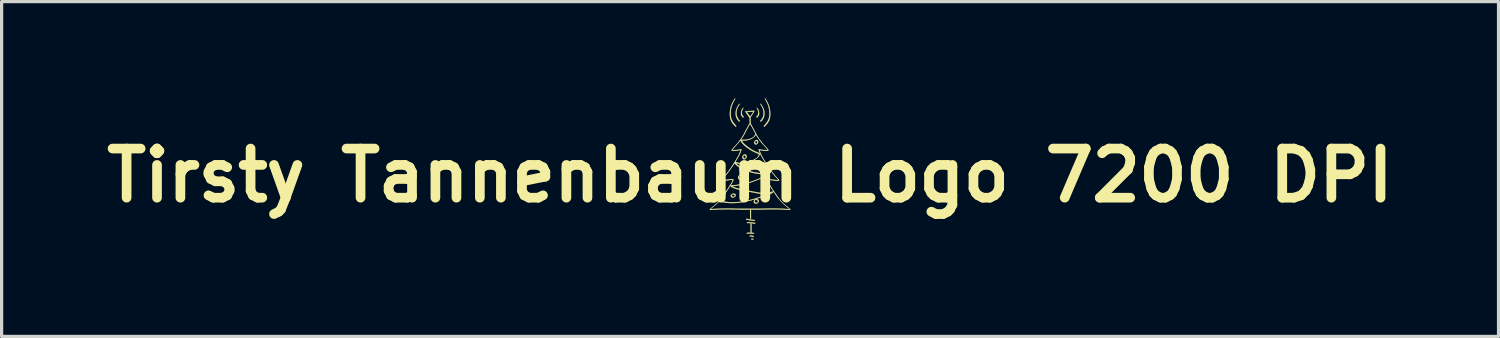
<source format=kicad_pcb>
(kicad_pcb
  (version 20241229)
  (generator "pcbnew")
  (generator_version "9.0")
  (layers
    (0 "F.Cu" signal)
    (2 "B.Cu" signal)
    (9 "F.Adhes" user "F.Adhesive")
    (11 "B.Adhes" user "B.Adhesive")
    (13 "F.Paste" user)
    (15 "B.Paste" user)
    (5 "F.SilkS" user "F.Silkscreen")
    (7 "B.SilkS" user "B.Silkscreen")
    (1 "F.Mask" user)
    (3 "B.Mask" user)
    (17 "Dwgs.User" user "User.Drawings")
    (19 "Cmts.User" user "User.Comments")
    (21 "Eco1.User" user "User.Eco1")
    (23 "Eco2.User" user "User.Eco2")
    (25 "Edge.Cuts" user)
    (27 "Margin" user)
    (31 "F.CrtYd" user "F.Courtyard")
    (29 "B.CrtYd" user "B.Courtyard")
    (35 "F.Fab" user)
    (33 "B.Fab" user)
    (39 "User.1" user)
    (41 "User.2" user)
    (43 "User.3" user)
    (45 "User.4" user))
  (footprint "Tirsty Tannenbaum Logo 7200 DPI"
    (layer "F.Cu")
    (at 20.218 2.393)
    (property "Reference" "Tirsty Tannenbaum Logo 7200 DPI" (at 0 0 0) (layer "F.SilkS") (effects (font (size 1.524 1.524) (thickness 0.3))))
    (attr through_hole)
    (fp_poly (pts (xy 0.069 1.961) (xy 0.077 1.963) (xy 0.09 1.966) (xy 0.1 1.968) (xy 0.105 1.97) (xy 0.105 1.97) (xy 0.105 1.974) (xy 0.1 1.979) (xy 0.092 1.984) (xy 0.085 1.988) (xy 0.079 1.989) (xy 0.072 1.988) (xy 0.061 1.986) (xy 0.055 1.985) (xy 0.043 1.981) (xy 0.037 1.977) (xy 0.038 1.972) (xy 0.043 1.966) (xy 0.048 1.962) (xy 0.052 1.96) (xy 0.059 1.96) (xy 0.069 1.961)) (stroke (width 0.01) (type solid)) (fill yes) (layer "F.SilkS"))
    (fp_poly (pts (xy 0.027 1.862) (xy 0.027 1.862) (xy 0.029 1.865) (xy 0.037 1.867) (xy 0.052 1.87) (xy 0.071 1.873) (xy 0.088 1.875) (xy 0.104 1.878) (xy 0.113 1.882) (xy 0.116 1.887) (xy 0.113 1.895) (xy 0.108 1.9) (xy 0.099 1.907) (xy 0.093 1.908) (xy 0.091 1.905) (xy 0.087 1.902) (xy 0.077 1.9) (xy 0.062 1.897) (xy 0.044 1.894) (xy 0.023 1.891) (xy 0.005 1.889) (xy -0.008 1.887) (xy -0.014 1.884) (xy -0.014 1.88) (xy -0.008 1.873) (xy -0.004 1.871) (xy 0.003 1.867) (xy 0.012 1.863) (xy 0.02 1.861) (xy 0.025 1.86) (xy 0.027 1.862)) (stroke (width 0.01) (type solid)) (fill yes) (layer "F.SilkS"))
    (fp_poly (pts (xy 0.04 1.505) (xy 0.04 1.509) (xy 0.041 1.52) (xy 0.041 1.536) (xy 0.042 1.556) (xy 0.042 1.58) (xy 0.042 1.608) (xy 0.043 1.638) (xy 0.043 1.645) (xy 0.044 1.781) (xy 0.078 1.782) (xy 0.093 1.782) (xy 0.107 1.783) (xy 0.117 1.784) (xy 0.12 1.785) (xy 0.128 1.787) (xy 0.118 1.797) (xy 0.106 1.804) (xy 0.097 1.806) (xy 0.09 1.805) (xy 0.078 1.805) (xy 0.061 1.804) (xy 0.041 1.803) (xy 0.019 1.802) (xy -0.004 1.802) (xy -0.028 1.801) (xy -0.049 1.801) (xy -0.067 1.801) (xy -0.078 1.802) (xy -0.108 1.803) (xy -0.094 1.79) (xy -0.08 1.777) (xy 0.019 1.78) (xy 0.018 1.649) (xy 0.017 1.518) (xy 0.027 1.51) (xy 0.035 1.506) (xy 0.039 1.505) (xy 0.04 1.505)) (stroke (width 0.01) (type solid)) (fill yes) (layer "F.SilkS"))
    (fp_poly (pts (xy -0.089 1.344) (xy -0.09 1.346) (xy -0.089 1.35) (xy -0.083 1.351) (xy -0.079 1.351) (xy -0.071 1.352) (xy -0.057 1.354) (xy -0.041 1.357) (xy -0.027 1.36) (xy 0.000246 1.365) (xy 0.026 1.37) (xy 0.053 1.374) (xy 0.083 1.378) (xy 0.102 1.38) (xy 0.122 1.382) (xy 0.136 1.383) (xy 0.145 1.385) (xy 0.149 1.387) (xy 0.149 1.39) (xy 0.146 1.394) (xy 0.143 1.397) (xy 0.135 1.404) (xy 0.13 1.407) (xy 0.129 1.407) (xy 0.124 1.407) (xy 0.114 1.405) (xy 0.099 1.404) (xy 0.081 1.402) (xy 0.07 1.4) (xy 0.045 1.397) (xy 0.025 1.395) (xy 0.007 1.392) (xy -0.011 1.389) (xy -0.031 1.385) (xy -0.055 1.38) (xy -0.056 1.38) (xy -0.073 1.376) (xy -0.089 1.374) (xy -0.103 1.373) (xy -0.107 1.372) (xy -0.119 1.371) (xy -0.125 1.368) (xy -0.124 1.362) (xy -0.117 1.355) (xy -0.117 1.354) (xy -0.108 1.348) (xy -0.099 1.344) (xy -0.092 1.342) (xy -0.089 1.344)) (stroke (width 0.01) (type solid)) (fill yes) (layer "F.SilkS"))
    (fp_poly (pts (xy -0.318 -2.224) (xy -0.319 -2.221) (xy -0.324 -2.213) (xy -0.331 -2.202) (xy -0.337 -2.193) (xy -0.362 -2.153) (xy -0.381 -2.115) (xy -0.397 -2.079) (xy -0.408 -2.043) (xy -0.416 -2.006) (xy -0.42 -1.974) (xy -0.421 -1.924) (xy -0.417 -1.877) (xy -0.406 -1.833) (xy -0.388 -1.79) (xy -0.364 -1.749) (xy -0.335 -1.713) (xy -0.327 -1.703) (xy -0.321 -1.695) (xy -0.318 -1.691) (xy -0.318 -1.69) (xy -0.32 -1.686) (xy -0.326 -1.68) (xy -0.333 -1.674) (xy -0.338 -1.672) (xy -0.341 -1.675) (xy -0.348 -1.682) (xy -0.357 -1.692) (xy -0.366 -1.702) (xy -0.391 -1.736) (xy -0.411 -1.768) (xy -0.426 -1.801) (xy -0.436 -1.835) (xy -0.443 -1.872) (xy -0.444 -1.888) (xy -0.445 -1.941) (xy -0.44 -1.993) (xy -0.427 -2.044) (xy -0.407 -2.095) (xy -0.404 -2.101) (xy -0.393 -2.123) (xy -0.381 -2.145) (xy -0.368 -2.167) (xy -0.355 -2.186) (xy -0.344 -2.202) (xy -0.334 -2.213) (xy -0.328 -2.218) (xy -0.322 -2.223) (xy -0.318 -2.225) (xy -0.318 -2.224)) (stroke (width 0.01) (type solid)) (fill yes) (layer "F.SilkS"))
    (fp_poly (pts (xy 0.398 -0.276) (xy 0.411 -0.27) (xy 0.427 -0.257) (xy 0.437 -0.241) (xy 0.442 -0.223) (xy 0.441 -0.205) (xy 0.434 -0.189) (xy 0.425 -0.178) (xy 0.412 -0.165) (xy 0.397 -0.154) (xy 0.386 -0.147) (xy 0.371 -0.142) (xy 0.353 -0.139) (xy 0.337 -0.141) (xy 0.337 -0.141) (xy 0.316 -0.149) (xy 0.3 -0.161) (xy 0.288 -0.177) (xy 0.283 -0.196) (xy 0.284 -0.214) (xy 0.288 -0.225) (xy 0.29 -0.227) (xy 0.308 -0.227) (xy 0.308 -0.211) (xy 0.314 -0.195) (xy 0.315 -0.193) (xy 0.327 -0.179) (xy 0.343 -0.169) (xy 0.362 -0.163) (xy 0.382 -0.163) (xy 0.398 -0.166) (xy 0.408 -0.173) (xy 0.414 -0.185) (xy 0.416 -0.201) (xy 0.413 -0.22) (xy 0.404 -0.235) (xy 0.391 -0.247) (xy 0.373 -0.255) (xy 0.352 -0.258) (xy 0.333 -0.256) (xy 0.321 -0.25) (xy 0.312 -0.24) (xy 0.308 -0.227) (xy 0.29 -0.227) (xy 0.298 -0.238) (xy 0.31 -0.252) (xy 0.325 -0.264) (xy 0.335 -0.271) (xy 0.355 -0.279) (xy 0.377 -0.281) (xy 0.398 -0.276)) (stroke (width 0.01) (type solid)) (fill yes) (layer "F.SilkS"))
    (fp_poly (pts (xy -0.147 -0.653) (xy -0.132 -0.644) (xy -0.125 -0.637) (xy -0.112 -0.62) (xy -0.105 -0.6) (xy -0.105 -0.579) (xy -0.11 -0.559) (xy -0.121 -0.539) (xy -0.138 -0.521) (xy -0.139 -0.521) (xy -0.157 -0.508) (xy -0.174 -0.502) (xy -0.19 -0.502) (xy -0.205 -0.507) (xy -0.219 -0.519) (xy -0.23 -0.535) (xy -0.237 -0.554) (xy -0.239 -0.574) (xy -0.238 -0.58) (xy -0.238 -0.581) (xy -0.214 -0.581) (xy -0.209 -0.562) (xy -0.2 -0.545) (xy -0.187 -0.532) (xy -0.178 -0.527) (xy -0.164 -0.523) (xy -0.153 -0.524) (xy -0.142 -0.531) (xy -0.137 -0.536) (xy -0.134 -0.542) (xy -0.132 -0.551) (xy -0.131 -0.563) (xy -0.131 -0.579) (xy -0.132 -0.59) (xy -0.136 -0.6) (xy -0.137 -0.603) (xy -0.149 -0.618) (xy -0.164 -0.628) (xy -0.181 -0.631) (xy -0.182 -0.631) (xy -0.194 -0.63) (xy -0.202 -0.624) (xy -0.208 -0.614) (xy -0.212 -0.601) (xy -0.214 -0.581) (xy -0.238 -0.581) (xy -0.231 -0.601) (xy -0.219 -0.621) (xy -0.201 -0.638) (xy -0.179 -0.651) (xy -0.163 -0.655) (xy -0.147 -0.653)) (stroke (width 0.01) (type solid)) (fill yes) (layer "F.SilkS"))
    (fp_poly (pts (xy 0.225 0.737) (xy 0.243 0.745) (xy 0.258 0.758) (xy 0.267 0.775) (xy 0.271 0.79) (xy 0.27 0.805) (xy 0.266 0.819) (xy 0.256 0.833) (xy 0.246 0.844) (xy 0.227 0.859) (xy 0.207 0.869) (xy 0.188 0.874) (xy 0.17 0.873) (xy 0.166 0.872) (xy 0.144 0.862) (xy 0.129 0.849) (xy 0.119 0.833) (xy 0.116 0.814) (xy 0.118 0.8) (xy 0.121 0.79) (xy 0.141 0.79) (xy 0.142 0.8) (xy 0.147 0.819) (xy 0.157 0.833) (xy 0.172 0.844) (xy 0.192 0.849) (xy 0.205 0.85) (xy 0.219 0.849) (xy 0.228 0.847) (xy 0.235 0.842) (xy 0.242 0.833) (xy 0.246 0.82) (xy 0.246 0.818) (xy 0.245 0.799) (xy 0.237 0.783) (xy 0.223 0.769) (xy 0.214 0.764) (xy 0.194 0.757) (xy 0.176 0.756) (xy 0.161 0.76) (xy 0.15 0.767) (xy 0.144 0.776) (xy 0.141 0.79) (xy 0.121 0.79) (xy 0.122 0.788) (xy 0.13 0.776) (xy 0.143 0.762) (xy 0.144 0.761) (xy 0.161 0.747) (xy 0.177 0.738) (xy 0.193 0.734) (xy 0.204 0.734) (xy 0.225 0.737)) (stroke (width 0.01) (type solid)) (fill yes) (layer "F.SilkS"))
    (fp_poly (pts (xy -0.25 -0.019) (xy -0.231 -0.011) (xy -0.216 0.001) (xy -0.214 0.004) (xy -0.203 0.024) (xy -0.199 0.043) (xy -0.202 0.062) (xy -0.213 0.081) (xy -0.223 0.094) (xy -0.244 0.112) (xy -0.266 0.124) (xy -0.288 0.13) (xy -0.311 0.13) (xy -0.328 0.125) (xy -0.347 0.113) (xy -0.361 0.098) (xy -0.369 0.08) (xy -0.372 0.06) (xy -0.37 0.047) (xy -0.347 0.047) (xy -0.343 0.066) (xy -0.334 0.082) (xy -0.32 0.095) (xy -0.302 0.104) (xy -0.282 0.108) (xy -0.27 0.108) (xy -0.254 0.105) (xy -0.242 0.101) (xy -0.24 0.1) (xy -0.231 0.089) (xy -0.226 0.074) (xy -0.225 0.058) (xy -0.226 0.048) (xy -0.234 0.031) (xy -0.247 0.017) (xy -0.264 0.006) (xy -0.278 0.000449) (xy -0.3 -0.002) (xy -0.319 0.001) (xy -0.333 0.009) (xy -0.342 0.023) (xy -0.346 0.04) (xy -0.347 0.047) (xy -0.37 0.047) (xy -0.37 0.045) (xy -0.365 0.034) (xy -0.355 0.02) (xy -0.342 0.007) (xy -0.328 -0.005) (xy -0.315 -0.015) (xy -0.312 -0.016) (xy -0.293 -0.022) (xy -0.271 -0.023) (xy -0.25 -0.019)) (stroke (width 0.01) (type solid)) (fill yes) (layer "F.SilkS"))
    (fp_poly (pts (xy 0.322 -2.224) (xy 0.329 -2.218) (xy 0.338 -2.208) (xy 0.349 -2.194) (xy 0.36 -2.177) (xy 0.372 -2.158) (xy 0.384 -2.138) (xy 0.396 -2.118) (xy 0.406 -2.099) (xy 0.406 -2.098) (xy 0.42 -2.066) (xy 0.43 -2.037) (xy 0.437 -2.007) (xy 0.441 -1.975) (xy 0.444 -1.941) (xy 0.444 -1.897) (xy 0.44 -1.858) (xy 0.432 -1.822) (xy 0.42 -1.788) (xy 0.403 -1.755) (xy 0.381 -1.721) (xy 0.365 -1.701) (xy 0.355 -1.689) (xy 0.346 -1.68) (xy 0.34 -1.674) (xy 0.337 -1.672) (xy 0.332 -1.674) (xy 0.325 -1.679) (xy 0.319 -1.688) (xy 0.319 -1.695) (xy 0.323 -1.701) (xy 0.331 -1.708) (xy 0.341 -1.72) (xy 0.352 -1.734) (xy 0.363 -1.75) (xy 0.374 -1.765) (xy 0.382 -1.778) (xy 0.383 -1.78) (xy 0.399 -1.813) (xy 0.41 -1.848) (xy 0.417 -1.886) (xy 0.42 -1.928) (xy 0.42 -1.937) (xy 0.418 -1.984) (xy 0.411 -2.029) (xy 0.398 -2.074) (xy 0.38 -2.118) (xy 0.355 -2.163) (xy 0.336 -2.194) (xy 0.328 -2.206) (xy 0.322 -2.216) (xy 0.319 -2.223) (xy 0.318 -2.224) (xy 0.322 -2.224)) (stroke (width 0.01) (type solid)) (fill yes) (layer "F.SilkS"))
    (fp_poly (pts (xy -0.498 0.565) (xy -0.483 0.568) (xy -0.479 0.569) (xy -0.469 0.575) (xy -0.459 0.583) (xy -0.456 0.587) (xy -0.448 0.597) (xy -0.445 0.607) (xy -0.445 0.616) (xy -0.445 0.625) (xy -0.448 0.633) (xy -0.453 0.641) (xy -0.461 0.649) (xy -0.482 0.667) (xy -0.504 0.679) (xy -0.528 0.684) (xy -0.552 0.682) (xy -0.561 0.68) (xy -0.576 0.672) (xy -0.588 0.66) (xy -0.596 0.646) (xy -0.599 0.63) (xy -0.596 0.617) (xy -0.59 0.608) (xy -0.59 0.607) (xy -0.573 0.607) (xy -0.573 0.623) (xy -0.567 0.637) (xy -0.556 0.649) (xy -0.541 0.657) (xy -0.523 0.662) (xy -0.504 0.662) (xy -0.49 0.66) (xy -0.478 0.654) (xy -0.471 0.645) (xy -0.469 0.632) (xy -0.469 0.63) (xy -0.472 0.616) (xy -0.481 0.604) (xy -0.494 0.595) (xy -0.511 0.588) (xy -0.529 0.586) (xy -0.547 0.587) (xy -0.559 0.591) (xy -0.568 0.596) (xy -0.573 0.604) (xy -0.573 0.607) (xy -0.59 0.607) (xy -0.58 0.597) (xy -0.567 0.585) (xy -0.555 0.575) (xy -0.546 0.57) (xy -0.532 0.566) (xy -0.516 0.565) (xy -0.498 0.565)) (stroke (width 0.01) (type solid)) (fill yes) (layer "F.SilkS"))
    (fp_poly (pts (xy 0.215 -1.097) (xy 0.23 -1.089) (xy 0.241 -1.075) (xy 0.242 -1.074) (xy 0.248 -1.059) (xy 0.25 -1.042) (xy 0.25 -1.024) (xy 0.246 -1.01) (xy 0.245 -1.01) (xy 0.237 -0.998) (xy 0.226 -0.986) (xy 0.212 -0.974) (xy 0.2 -0.966) (xy 0.197 -0.965) (xy 0.188 -0.961) (xy 0.181 -0.96) (xy 0.175 -0.961) (xy 0.165 -0.966) (xy 0.164 -0.966) (xy 0.149 -0.977) (xy 0.138 -0.991) (xy 0.133 -1.009) (xy 0.132 -1.027) (xy 0.134 -1.037) (xy 0.156 -1.037) (xy 0.16 -1.02) (xy 0.167 -1.004) (xy 0.178 -0.993) (xy 0.191 -0.986) (xy 0.2 -0.984) (xy 0.212 -0.986) (xy 0.219 -0.99) (xy 0.222 -0.996) (xy 0.224 -1.007) (xy 0.225 -1.017) (xy 0.224 -1.038) (xy 0.218 -1.055) (xy 0.207 -1.068) (xy 0.194 -1.075) (xy 0.182 -1.077) (xy 0.172 -1.076) (xy 0.166 -1.073) (xy 0.162 -1.067) (xy 0.159 -1.055) (xy 0.158 -1.054) (xy 0.156 -1.037) (xy 0.134 -1.037) (xy 0.136 -1.046) (xy 0.146 -1.064) (xy 0.149 -1.068) (xy 0.161 -1.079) (xy 0.174 -1.089) (xy 0.187 -1.096) (xy 0.197 -1.1) (xy 0.2 -1.101) (xy 0.215 -1.097)) (stroke (width 0.01) (type solid)) (fill yes) (layer "F.SilkS"))
    (fp_poly (pts (xy -0.045 1.451) (xy -0.025 1.453) (xy -0.001 1.454) (xy 0.025 1.457) (xy 0.052 1.459) (xy 0.078 1.462) (xy 0.103 1.465) (xy 0.125 1.468) (xy 0.143 1.471) (xy 0.156 1.474) (xy 0.156 1.474) (xy 0.166 1.476) (xy 0.155 1.487) (xy 0.145 1.497) (xy 0.112 1.491) (xy 0.09 1.487) (xy 0.074 1.485) (xy 0.062 1.483) (xy 0.054 1.483) (xy 0.049 1.483) (xy 0.045 1.485) (xy 0.041 1.488) (xy 0.039 1.489) (xy 0.034 1.494) (xy 0.032 1.495) (xy 0.036 1.491) (xy 0.037 1.49) (xy 0.04 1.484) (xy 0.04 1.482) (xy 0.04 1.482) (xy 0.034 1.484) (xy 0.034 1.485) (xy 0.029 1.489) (xy 0.024 1.493) (xy 0.018 1.495) (xy 0.018 1.494) (xy 0.022 1.49) (xy 0.026 1.484) (xy 0.026 1.482) (xy 0.023 1.48) (xy 0.018 1.48) (xy 0.007 1.479) (xy -0.009 1.477) (xy -0.028 1.477) (xy -0.042 1.476) (xy -0.065 1.475) (xy -0.081 1.474) (xy -0.092 1.473) (xy -0.098 1.471) (xy -0.1 1.47) (xy -0.1 1.469) (xy -0.095 1.463) (xy -0.085 1.457) (xy -0.075 1.452) (xy -0.071 1.451) (xy -0.061 1.451) (xy -0.045 1.451)) (stroke (width 0.01) (type solid)) (fill yes) (layer "F.SilkS"))
    (fp_poly (pts (xy 0.204 -2.1) (xy 0.211 -2.095) (xy 0.22 -2.088) (xy 0.231 -2.077) (xy 0.24 -2.066) (xy 0.248 -2.052) (xy 0.256 -2.034) (xy 0.265 -2.012) (xy 0.267 -2.006) (xy 0.273 -1.987) (xy 0.277 -1.973) (xy 0.279 -1.961) (xy 0.28 -1.947) (xy 0.28 -1.931) (xy 0.28 -1.906) (xy 0.277 -1.886) (xy 0.271 -1.868) (xy 0.262 -1.852) (xy 0.249 -1.836) (xy 0.245 -1.831) (xy 0.235 -1.819) (xy 0.228 -1.81) (xy 0.223 -1.803) (xy 0.222 -1.8) (xy 0.221 -1.796) (xy 0.216 -1.798) (xy 0.207 -1.805) (xy 0.207 -1.806) (xy 0.201 -1.813) (xy 0.198 -1.818) (xy 0.198 -1.819) (xy 0.2 -1.823) (xy 0.206 -1.831) (xy 0.214 -1.842) (xy 0.22 -1.848) (xy 0.234 -1.865) (xy 0.244 -1.881) (xy 0.251 -1.897) (xy 0.254 -1.915) (xy 0.256 -1.938) (xy 0.256 -1.947) (xy 0.255 -1.964) (xy 0.254 -1.978) (xy 0.252 -1.99) (xy 0.249 -2.004) (xy 0.243 -2.021) (xy 0.242 -2.023) (xy 0.235 -2.042) (xy 0.23 -2.056) (xy 0.226 -2.066) (xy 0.222 -2.074) (xy 0.218 -2.08) (xy 0.213 -2.085) (xy 0.211 -2.088) (xy 0.203 -2.096) (xy 0.202 -2.1) (xy 0.204 -2.1)) (stroke (width 0.01) (type solid)) (fill yes) (layer "F.SilkS"))
    (fp_poly (pts (xy 0.489 0.34) (xy 0.504 0.344) (xy 0.522 0.355) (xy 0.535 0.368) (xy 0.544 0.384) (xy 0.547 0.401) (xy 0.544 0.418) (xy 0.542 0.423) (xy 0.535 0.433) (xy 0.523 0.445) (xy 0.51 0.457) (xy 0.496 0.467) (xy 0.486 0.473) (xy 0.47 0.477) (xy 0.451 0.479) (xy 0.432 0.479) (xy 0.416 0.475) (xy 0.413 0.474) (xy 0.394 0.463) (xy 0.381 0.449) (xy 0.373 0.432) (xy 0.37 0.413) (xy 0.373 0.399) (xy 0.395 0.399) (xy 0.398 0.417) (xy 0.407 0.433) (xy 0.421 0.445) (xy 0.439 0.454) (xy 0.459 0.458) (xy 0.481 0.458) (xy 0.494 0.455) (xy 0.508 0.449) (xy 0.517 0.439) (xy 0.521 0.423) (xy 0.521 0.421) (xy 0.521 0.408) (xy 0.518 0.398) (xy 0.514 0.392) (xy 0.503 0.38) (xy 0.488 0.37) (xy 0.47 0.363) (xy 0.453 0.36) (xy 0.452 0.36) (xy 0.429 0.362) (xy 0.412 0.368) (xy 0.401 0.378) (xy 0.396 0.392) (xy 0.395 0.399) (xy 0.373 0.399) (xy 0.374 0.397) (xy 0.38 0.387) (xy 0.39 0.375) (xy 0.403 0.364) (xy 0.417 0.353) (xy 0.429 0.347) (xy 0.447 0.341) (xy 0.469 0.339) (xy 0.489 0.34)) (stroke (width 0.01) (type solid)) (fill yes) (layer "F.SilkS"))
    (fp_poly (pts (xy -0.202 -2.098) (xy -0.208 -2.091) (xy -0.211 -2.088) (xy -0.216 -2.081) (xy -0.221 -2.076) (xy -0.225 -2.069) (xy -0.229 -2.06) (xy -0.233 -2.048) (xy -0.24 -2.03) (xy -0.242 -2.023) (xy -0.248 -2.005) (xy -0.252 -1.992) (xy -0.254 -1.979) (xy -0.255 -1.966) (xy -0.256 -1.95) (xy -0.256 -1.947) (xy -0.255 -1.923) (xy -0.252 -1.903) (xy -0.247 -1.886) (xy -0.238 -1.871) (xy -0.225 -1.854) (xy -0.22 -1.848) (xy -0.211 -1.837) (xy -0.203 -1.827) (xy -0.198 -1.82) (xy -0.198 -1.818) (xy -0.2 -1.814) (xy -0.206 -1.807) (xy -0.212 -1.8) (xy -0.218 -1.796) (xy -0.22 -1.796) (xy -0.222 -1.798) (xy -0.222 -1.8) (xy -0.224 -1.805) (xy -0.23 -1.813) (xy -0.239 -1.824) (xy -0.245 -1.831) (xy -0.259 -1.847) (xy -0.269 -1.863) (xy -0.275 -1.878) (xy -0.279 -1.896) (xy -0.28 -1.918) (xy -0.28 -1.931) (xy -0.28 -1.95) (xy -0.279 -1.964) (xy -0.277 -1.977) (xy -0.273 -1.989) (xy -0.269 -2) (xy -0.261 -2.023) (xy -0.254 -2.041) (xy -0.247 -2.055) (xy -0.241 -2.065) (xy -0.234 -2.074) (xy -0.226 -2.083) (xy -0.223 -2.085) (xy -0.213 -2.094) (xy -0.205 -2.099) (xy -0.202 -2.1) (xy -0.202 -2.098)) (stroke (width 0.01) (type solid)) (fill yes) (layer "F.SilkS"))
    (fp_poly (pts (xy -0.46 -2.388) (xy -0.461 -2.384) (xy -0.465 -2.375) (xy -0.472 -2.363) (xy -0.48 -2.347) (xy -0.488 -2.333) (xy -0.504 -2.304) (xy -0.517 -2.28) (xy -0.528 -2.26) (xy -0.537 -2.241) (xy -0.545 -2.224) (xy -0.552 -2.206) (xy -0.555 -2.197) (xy -0.574 -2.138) (xy -0.588 -2.078) (xy -0.597 -2.014) (xy -0.601 -1.947) (xy -0.601 -1.926) (xy -0.6 -1.875) (xy -0.595 -1.829) (xy -0.588 -1.787) (xy -0.577 -1.749) (xy -0.561 -1.712) (xy -0.541 -1.675) (xy -0.515 -1.638) (xy -0.484 -1.599) (xy -0.475 -1.588) (xy -0.462 -1.573) (xy -0.451 -1.56) (xy -0.441 -1.549) (xy -0.435 -1.541) (xy -0.434 -1.541) (xy -0.426 -1.53) (xy -0.435 -1.522) (xy -0.442 -1.516) (xy -0.447 -1.513) (xy -0.448 -1.513) (xy -0.451 -1.516) (xy -0.458 -1.523) (xy -0.468 -1.533) (xy -0.479 -1.546) (xy -0.482 -1.55) (xy -0.511 -1.583) (xy -0.535 -1.613) (xy -0.554 -1.64) (xy -0.57 -1.666) (xy -0.584 -1.69) (xy -0.594 -1.714) (xy -0.596 -1.719) (xy -0.61 -1.763) (xy -0.62 -1.811) (xy -0.625 -1.863) (xy -0.627 -1.918) (xy -0.624 -1.974) (xy -0.617 -2.03) (xy -0.607 -2.086) (xy -0.593 -2.14) (xy -0.576 -2.192) (xy -0.555 -2.238) (xy -0.539 -2.268) (xy -0.524 -2.297) (xy -0.51 -2.322) (xy -0.496 -2.345) (xy -0.485 -2.363) (xy -0.475 -2.376) (xy -0.467 -2.385) (xy -0.462 -2.388) (xy -0.46 -2.388)) (stroke (width 0.01) (type solid)) (fill yes) (layer "F.SilkS"))
    (fp_poly (pts (xy 0.464 -2.387) (xy 0.471 -2.381) (xy 0.479 -2.37) (xy 0.49 -2.355) (xy 0.501 -2.336) (xy 0.514 -2.315) (xy 0.527 -2.292) (xy 0.54 -2.268) (xy 0.552 -2.243) (xy 0.563 -2.219) (xy 0.573 -2.196) (xy 0.58 -2.178) (xy 0.599 -2.119) (xy 0.613 -2.057) (xy 0.622 -1.992) (xy 0.625 -1.923) (xy 0.625 -1.91) (xy 0.624 -1.862) (xy 0.621 -1.819) (xy 0.614 -1.779) (xy 0.604 -1.742) (xy 0.591 -1.706) (xy 0.573 -1.671) (xy 0.551 -1.636) (xy 0.523 -1.599) (xy 0.491 -1.559) (xy 0.483 -1.55) (xy 0.471 -1.537) (xy 0.461 -1.526) (xy 0.453 -1.518) (xy 0.449 -1.514) (xy 0.448 -1.513) (xy 0.444 -1.515) (xy 0.437 -1.52) (xy 0.436 -1.521) (xy 0.43 -1.526) (xy 0.427 -1.53) (xy 0.427 -1.53) (xy 0.429 -1.534) (xy 0.435 -1.541) (xy 0.444 -1.552) (xy 0.456 -1.566) (xy 0.461 -1.571) (xy 0.492 -1.609) (xy 0.519 -1.643) (xy 0.54 -1.675) (xy 0.558 -1.706) (xy 0.572 -1.737) (xy 0.583 -1.769) (xy 0.591 -1.803) (xy 0.597 -1.84) (xy 0.6 -1.871) (xy 0.602 -1.921) (xy 0.6 -1.973) (xy 0.595 -2.028) (xy 0.586 -2.082) (xy 0.575 -2.134) (xy 0.56 -2.182) (xy 0.552 -2.205) (xy 0.539 -2.235) (xy 0.522 -2.271) (xy 0.5 -2.312) (xy 0.479 -2.349) (xy 0.471 -2.363) (xy 0.465 -2.375) (xy 0.461 -2.384) (xy 0.46 -2.388) (xy 0.46 -2.388) (xy 0.464 -2.387)) (stroke (width 0.01) (type solid)) (fill yes) (layer "F.SilkS"))
    (fp_poly (pts (xy 0.13 -2.003) (xy 0.135 -2.003) (xy 0.136 -2.001) (xy 0.135 -1.998) (xy 0.134 -1.997) (xy 0.13 -1.991) (xy 0.127 -1.99) (xy 0.124 -1.987) (xy 0.123 -1.986) (xy 0.122 -1.982) (xy 0.117 -1.973) (xy 0.109 -1.96) (xy 0.1 -1.944) (xy 0.089 -1.926) (xy 0.077 -1.906) (xy 0.065 -1.887) (xy 0.053 -1.868) (xy 0.042 -1.851) (xy 0.033 -1.836) (xy 0.026 -1.825) (xy 0.021 -1.819) (xy 0.021 -1.818) (xy 0.018 -1.815) (xy 0.016 -1.812) (xy 0.015 -1.809) (xy 0.014 -1.803) (xy 0.013 -1.795) (xy 0.013 -1.784) (xy 0.013 -1.768) (xy 0.014 -1.748) (xy 0.015 -1.721) (xy 0.015 -1.702) (xy 0.018 -1.61) (xy 0.038 -1.572) (xy 0.047 -1.555) (xy 0.058 -1.534) (xy 0.07 -1.511) (xy 0.082 -1.489) (xy 0.088 -1.478) (xy 0.099 -1.459) (xy 0.111 -1.436) (xy 0.125 -1.409) (xy 0.14 -1.381) (xy 0.154 -1.354) (xy 0.162 -1.338) (xy 0.193 -1.279) (xy 0.223 -1.225) (xy 0.255 -1.173) (xy 0.288 -1.124) (xy 0.324 -1.075) (xy 0.364 -1.025) (xy 0.407 -0.974) (xy 0.452 -0.924) (xy 0.482 -0.89) (xy 0.508 -0.862) (xy 0.529 -0.838) (xy 0.546 -0.818) (xy 0.558 -0.803) (xy 0.566 -0.792) (xy 0.571 -0.785) (xy 0.572 -0.782) (xy 0.569 -0.777) (xy 0.562 -0.771) (xy 0.561 -0.771) (xy 0.551 -0.768) (xy 0.535 -0.766) (xy 0.514 -0.765) (xy 0.49 -0.765) (xy 0.463 -0.766) (xy 0.434 -0.768) (xy 0.406 -0.771) (xy 0.378 -0.775) (xy 0.352 -0.779) (xy 0.338 -0.782) (xy 0.32 -0.786) (xy 0.307 -0.788) (xy 0.3 -0.788) (xy 0.296 -0.786) (xy 0.294 -0.782) (xy 0.293 -0.78) (xy 0.294 -0.773) (xy 0.298 -0.761) (xy 0.304 -0.744) (xy 0.312 -0.723) (xy 0.321 -0.7) (xy 0.332 -0.675) (xy 0.344 -0.649) (xy 0.355 -0.626) (xy 0.37 -0.597) (xy 0.388 -0.563) (xy 0.41 -0.525) (xy 0.434 -0.484) (xy 0.46 -0.44) (xy 0.489 -0.395) (xy 0.518 -0.349) (xy 0.548 -0.304) (xy 0.576 -0.261) (xy 0.611 -0.21) (xy 0.643 -0.165) (xy 0.673 -0.124) (xy 0.701 -0.086) (xy 0.728 -0.051) (xy 0.755 -0.018) (xy 0.782 0.014) (xy 0.811 0.046) (xy 0.841 0.079) (xy 0.869 0.108) (xy 0.885 0.125) (xy 0.897 0.139) (xy 0.903 0.149) (xy 0.903 0.156) (xy 0.897 0.16) (xy 0.886 0.163) (xy 0.867 0.164) (xy 0.842 0.163) (xy 0.839 0.163) (xy 0.817 0.163) (xy 0.796 0.162) (xy 0.774 0.16) (xy 0.749 0.157) (xy 0.722 0.154) (xy 0.689 0.149) (xy 0.661 0.144) (xy 0.631 0.14) (xy 0.606 0.136) (xy 0.587 0.135) (xy 0.572 0.134) (xy 0.561 0.136) (xy 0.553 0.138) (xy 0.551 0.14) (xy 0.546 0.144) (xy 0.544 0.15) (xy 0.544 0.16) (xy 0.544 0.162) (xy 0.547 0.174) (xy 0.552 0.189) (xy 0.558 0.203) (xy 0.566 0.218) (xy 0.578 0.238) (xy 0.593 0.263) (xy 0.611 0.292) (xy 0.631 0.324) (xy 0.653 0.36) (xy 0.678 0.397) (xy 0.703 0.437) (xy 0.73 0.478) (xy 0.754 0.514) (xy 0.789 0.565) (xy 0.82 0.611) (xy 0.849 0.652) (xy 0.875 0.689) (xy 0.9 0.722) (xy 0.923 0.751) (xy 0.945 0.778) (xy 0.966 0.802) (xy 0.987 0.825) (xy 1.001 0.838) (xy 1.011 0.848) (xy 1.021 0.858) (xy 1.032 0.868) (xy 1.045 0.879) (xy 1.06 0.892) (xy 1.077 0.907) (xy 1.098 0.924) (xy 1.123 0.945) (xy 1.152 0.969) (xy 1.166 0.981) (xy 1.191 1.001) (xy 1.212 1.019) (xy 1.228 1.035) (xy 1.241 1.048) (xy 1.249 1.057) (xy 1.251 1.063) (xy 1.251 1.063) (xy 1.247 1.065) (xy 1.237 1.066) (xy 1.229 1.066) (xy 1.22 1.066) (xy 1.205 1.065) (xy 1.186 1.064) (xy 1.162 1.063) (xy 1.136 1.062) (xy 1.109 1.06) (xy 1.106 1.06) (xy 1.046 1.057) (xy 0.992 1.055) (xy 0.943 1.053) (xy 0.899 1.051) (xy 0.857 1.05) (xy 0.817 1.049) (xy 0.777 1.048) (xy 0.738 1.048) (xy 0.698 1.048) (xy 0.655 1.049) (xy 0.635 1.049) (xy 0.599 1.049) (xy 0.562 1.05) (xy 0.526 1.051) (xy 0.492 1.052) (xy 0.46 1.053) (xy 0.433 1.053) (xy 0.412 1.054) (xy 0.404 1.055) (xy 0.349 1.057) (xy 0.289 1.058) (xy 0.227 1.059) (xy 0.165 1.059) (xy 0.106 1.058) (xy 0.101 1.058) (xy 0.027 1.057) (xy 0.029 1.332) (xy 0.021 1.339) (xy 0.016 1.343) (xy 0.012 1.346) (xy 0.01 1.347) (xy 0.007 1.346) (xy 0.006 1.342) (xy 0.005 1.334) (xy 0.004 1.322) (xy 0.003 1.305) (xy 0.003 1.283) (xy 0.003 1.254) (xy 0.003 1.229) (xy 0.002 1.199) (xy 0.002 1.17) (xy 0.002 1.143) (xy 0.002 1.119) (xy 0.002 1.099) (xy 0.002 1.085) (xy 0.002 1.079) (xy 0.002 1.064) (xy 0.001 1.056) (xy -0.001 1.053) (xy -0.003 1.053) (xy -0.007 1.054) (xy -0.018 1.054) (xy -0.034 1.055) (xy -0.054 1.056) (xy -0.078 1.057) (xy -0.104 1.058) (xy -0.112 1.058) (xy -0.146 1.059) (xy -0.176 1.06) (xy -0.205 1.06) (xy -0.233 1.06) (xy -0.262 1.06) (xy -0.294 1.059) (xy -0.329 1.058) (xy -0.369 1.056) (xy -0.404 1.054) (xy -0.423 1.054) (xy -0.448 1.053) (xy -0.477 1.052) (xy -0.51 1.051) (xy -0.546 1.05) (xy -0.582 1.05) (xy -0.619 1.049) (xy -0.635 1.049) (xy -0.679 1.048) (xy -0.72 1.048) (xy -0.76 1.048) (xy -0.799 1.049) (xy -0.838 1.049) (xy -0.879 1.05) (xy -0.923 1.052) (xy -0.97 1.054) (xy -1.021 1.056) (xy -1.078 1.059) (xy -1.106 1.06) (xy -1.133 1.061) (xy -1.159 1.063) (xy -1.183 1.064) (xy -1.203 1.065) (xy -1.219 1.066) (xy -1.228 1.066) (xy -1.229 1.066) (xy -1.242 1.066) (xy -1.25 1.064) (xy -1.251 1.063) (xy -1.249 1.058) (xy -1.242 1.049) (xy -1.239 1.046) (xy -1.226 1.046) (xy -1.225 1.046) (xy -1.22 1.045) (xy -1.21 1.044) (xy -1.196 1.043) (xy -1.179 1.042) (xy -1.178 1.042) (xy -1.159 1.042) (xy -1.136 1.04) (xy -1.11 1.039) (xy -1.084 1.038) (xy -1.067 1.037) (xy -0.972 1.033) (xy -0.882 1.029) (xy -0.798 1.027) (xy -0.718 1.026) (xy -0.641 1.026) (xy -0.567 1.027) (xy -0.495 1.029) (xy -0.452 1.031) (xy -0.422 1.032) (xy -0.387 1.033) (xy -0.349 1.034) (xy -0.308 1.034) (xy -0.267 1.035) (xy -0.228 1.035) (xy -0.201 1.035) (xy -0.167 1.035) (xy -0.133 1.035) (xy -0.1 1.035) (xy -0.069 1.035) (xy -0.041 1.035) (xy -0.018 1.035) (xy -0.001 1.035) (xy 0 1.035) (xy 0.017 1.035) (xy 0.04 1.035) (xy 0.067 1.035) (xy 0.098 1.035) (xy 0.131 1.035) (xy 0.165 1.035) (xy 0.199 1.035) (xy 0.201 1.035) (xy 0.238 1.035) (xy 0.278 1.035) (xy 0.318 1.034) (xy 0.359 1.033) (xy 0.396 1.032) (xy 0.43 1.031) (xy 0.452 1.031) (xy 0.524 1.028) (xy 0.597 1.026) (xy 0.673 1.026) (xy 0.751 1.026) (xy 0.833 1.028) (xy 0.92 1.031) (xy 1.013 1.034) (xy 1.067 1.037) (xy 1.092 1.038) (xy 1.118 1.04) (xy 1.144 1.041) (xy 1.166 1.042) (xy 1.178 1.042) (xy 1.195 1.043) (xy 1.209 1.044) (xy 1.22 1.045) (xy 1.224 1.046) (xy 1.224 1.046) (xy 1.226 1.045) (xy 1.225 1.043) (xy 1.225 1.041) (xy 1.223 1.039) (xy 1.219 1.035) (xy 1.214 1.03) (xy 1.206 1.023) (xy 1.196 1.014) (xy 1.182 1.003) (xy 1.165 0.988) (xy 1.144 0.971) (xy 1.118 0.949) (xy 1.087 0.923) (xy 1.083 0.92) (xy 1.034 0.878) (xy 0.988 0.834) (xy 0.944 0.788) (xy 0.901 0.738) (xy 0.858 0.684) (xy 0.815 0.626) (xy 0.771 0.561) (xy 0.76 0.544) (xy 0.732 0.501) (xy 0.709 0.523) (xy 0.692 0.539) (xy 0.675 0.552) (xy 0.657 0.564) (xy 0.638 0.575) (xy 0.616 0.586) (xy 0.591 0.596) (xy 0.562 0.606) (xy 0.527 0.617) (xy 0.487 0.629) (xy 0.479 0.632) (xy 0.457 0.638) (xy 0.431 0.646) (xy 0.4 0.655) (xy 0.367 0.666) (xy 0.333 0.677) (xy 0.299 0.688) (xy 0.273 0.697) (xy 0.22 0.715) (xy 0.172 0.73) (xy 0.128 0.744) (xy 0.087 0.756) (xy 0.048 0.767) (xy 0.01 0.777) (xy -0.028 0.786) (xy -0.067 0.795) (xy -0.109 0.804) (xy -0.143 0.811) (xy -0.248 0.83) (xy -0.35 0.844) (xy -0.448 0.853) (xy -0.542 0.857) (xy -0.61 0.856) (xy -0.648 0.855) (xy -0.682 0.852) (xy -0.716 0.849) (xy -0.75 0.844) (xy -0.788 0.838) (xy -0.817 0.832) (xy -0.84 0.828) (xy -0.863 0.824) (xy -0.885 0.82) (xy -0.903 0.817) (xy -0.908 0.817) (xy -0.923 0.814) (xy -0.935 0.812) (xy -0.942 0.811) (xy -0.944 0.81) (xy -0.943 0.807) (xy -0.937 0.802) (xy -0.934 0.799) (xy -0.93 0.796) (xy -0.925 0.793) (xy -0.919 0.792) (xy -0.911 0.791) (xy -0.9 0.792) (xy -0.886 0.794) (xy -0.866 0.798) (xy -0.84 0.802) (xy -0.836 0.803) (xy -0.796 0.81) (xy -0.762 0.816) (xy -0.733 0.821) (xy -0.708 0.825) (xy -0.684 0.828) (xy -0.663 0.83) (xy -0.642 0.832) (xy -0.619 0.833) (xy -0.596 0.833) (xy -0.569 0.834) (xy -0.547 0.834) (xy -0.452 0.831) (xy -0.356 0.824) (xy -0.259 0.813) (xy -0.159 0.796) (xy -0.057 0.775) (xy 0.048 0.749) (xy 0.157 0.718) (xy 0.263 0.684) (xy 0.298 0.673) (xy 0.335 0.661) (xy 0.372 0.648) (xy 0.409 0.637) (xy 0.444 0.626) (xy 0.474 0.617) (xy 0.496 0.61) (xy 0.541 0.597) (xy 0.578 0.585) (xy 0.61 0.573) (xy 0.637 0.563) (xy 0.659 0.552) (xy 0.676 0.542) (xy 0.69 0.532) (xy 0.699 0.523) (xy 0.704 0.517) (xy 0.704 0.515) (xy 0.701 0.516) (xy 0.695 0.518) (xy 0.684 0.522) (xy 0.669 0.526) (xy 0.652 0.531) (xy 0.648 0.533) (xy 0.611 0.543) (xy 0.578 0.552) (xy 0.546 0.56) (xy 0.516 0.566) (xy 0.487 0.57) (xy 0.458 0.573) (xy 0.429 0.574) (xy 0.398 0.573) (xy 0.365 0.571) (xy 0.329 0.567) (xy 0.289 0.562) (xy 0.246 0.555) (xy 0.197 0.546) (xy 0.142 0.536) (xy 0.108 0.529) (xy 0.075 0.523) (xy 0.038 0.516) (xy -0.002 0.508) (xy -0.042 0.5) (xy -0.08 0.493) (xy -0.113 0.487) (xy -0.179 0.474) (xy -0.239 0.462) (xy -0.293 0.451) (xy -0.341 0.44) (xy -0.384 0.429) (xy -0.422 0.419) (xy -0.456 0.408) (xy -0.486 0.398) (xy -0.512 0.387) (xy -0.535 0.377) (xy -0.556 0.365) (xy -0.574 0.353) (xy -0.591 0.34) (xy -0.596 0.336) (xy -0.604 0.329) (xy -0.556 0.329) (xy -0.547 0.336) (xy -0.535 0.344) (xy -0.519 0.353) (xy -0.499 0.362) (xy -0.476 0.372) (xy -0.454 0.38) (xy -0.439 0.386) (xy -0.412 0.394) (xy -0.383 0.402) (xy -0.351 0.41) (xy -0.316 0.419) (xy -0.277 0.428) (xy -0.233 0.437) (xy -0.184 0.447) (xy -0.128 0.458) (xy -0.088 0.466) (xy -0.053 0.472) (xy -0.014 0.48) (xy 0.028 0.488) (xy 0.07 0.496) (xy 0.109 0.504) (xy 0.142 0.51) (xy 0.189 0.519) (xy 0.229 0.527) (xy 0.264 0.533) (xy 0.295 0.538) (xy 0.322 0.542) (xy 0.347 0.545) (xy 0.369 0.547) (xy 0.39 0.549) (xy 0.411 0.55) (xy 0.433 0.55) (xy 0.433 0.55) (xy 0.462 0.55) (xy 0.487 0.549) (xy 0.509 0.547) (xy 0.531 0.544) (xy 0.535 0.543) (xy 0.554 0.54) (xy 0.575 0.535) (xy 0.598 0.53) (xy 0.621 0.523) (xy 0.645 0.517) (xy 0.667 0.511) (xy 0.687 0.505) (xy 0.703 0.499) (xy 0.715 0.495) (xy 0.722 0.491) (xy 0.723 0.49) (xy 0.721 0.486) (xy 0.716 0.478) (xy 0.708 0.465) (xy 0.698 0.45) (xy 0.687 0.433) (xy 0.672 0.411) (xy 0.656 0.386) (xy 0.638 0.359) (xy 0.62 0.33) (xy 0.602 0.302) (xy 0.585 0.274) (xy 0.569 0.247) (xy 0.554 0.224) (xy 0.543 0.204) (xy 0.535 0.189) (xy 0.534 0.188) (xy 0.524 0.167) (xy 0.519 0.149) (xy 0.518 0.134) (xy 0.521 0.125) (xy 0.528 0.119) (xy 0.54 0.115) (xy 0.557 0.113) (xy 0.579 0.114) (xy 0.608 0.117) (xy 0.638 0.122) (xy 0.687 0.129) (xy 0.731 0.135) (xy 0.77 0.139) (xy 0.805 0.141) (xy 0.826 0.142) (xy 0.849 0.142) (xy 0.865 0.141) (xy 0.874 0.139) (xy 0.878 0.135) (xy 0.876 0.128) (xy 0.868 0.118) (xy 0.856 0.105) (xy 0.849 0.098) (xy 0.816 0.064) (xy 0.782 0.026) (xy 0.748 -0.014) (xy 0.715 -0.053) (xy 0.684 -0.091) (xy 0.658 -0.125) (xy 0.634 -0.157) (xy 0.609 -0.194) (xy 0.581 -0.234) (xy 0.553 -0.276) (xy 0.524 -0.32) (xy 0.495 -0.364) (xy 0.467 -0.409) (xy 0.439 -0.453) (xy 0.413 -0.495) (xy 0.39 -0.534) (xy 0.369 -0.57) (xy 0.351 -0.601) (xy 0.342 -0.619) (xy 0.331 -0.64) (xy 0.32 -0.664) (xy 0.309 -0.688) (xy 0.299 -0.713) (xy 0.289 -0.736) (xy 0.281 -0.757) (xy 0.274 -0.775) (xy 0.27 -0.788) (xy 0.268 -0.797) (xy 0.268 -0.797) (xy 0.27 -0.806) (xy 0.278 -0.81) (xy 0.29 -0.81) (xy 0.306 -0.807) (xy 0.335 -0.8) (xy 0.37 -0.795) (xy 0.41 -0.791) (xy 0.454 -0.788) (xy 0.463 -0.788) (xy 0.491 -0.787) (xy 0.512 -0.787) (xy 0.528 -0.789) (xy 0.538 -0.791) (xy 0.545 -0.794) (xy 0.547 -0.799) (xy 0.547 -0.799) (xy 0.544 -0.804) (xy 0.537 -0.814) (xy 0.526 -0.828) (xy 0.511 -0.845) (xy 0.492 -0.867) (xy 0.471 -0.891) (xy 0.446 -0.919) (xy 0.436 -0.93) (xy 0.4 -0.97) (xy 0.366 -1.007) (xy 0.337 -1.043) (xy 0.312 -1.074) (xy 0.301 -1.089) (xy 0.289 -1.105) (xy 0.276 -1.124) (xy 0.261 -1.145) (xy 0.246 -1.168) (xy 0.231 -1.19) (xy 0.217 -1.211) (xy 0.205 -1.23) (xy 0.196 -1.245) (xy 0.191 -1.254) (xy 0.179 -1.274) (xy 0.168 -1.252) (xy 0.158 -1.235) (xy 0.143 -1.216) (xy 0.125 -1.197) (xy 0.105 -1.179) (xy 0.086 -1.165) (xy 0.043 -1.14) (xy -0.006 -1.119) (xy -0.058 -1.102) (xy -0.113 -1.09) (xy -0.17 -1.083) (xy -0.205 -1.082) (xy -0.227 -1.081) (xy -0.243 -1.081) (xy -0.254 -1.079) (xy -0.258 -1.078) (xy -0.258 -1.078) (xy -0.255 -1.072) (xy -0.25 -1.062) (xy -0.241 -1.049) (xy -0.23 -1.035) (xy -0.218 -1.019) (xy -0.209 -1.008) (xy -0.189 -0.986) (xy -0.164 -0.962) (xy -0.135 -0.937) (xy -0.102 -0.91) (xy -0.067 -0.883) (xy -0.031 -0.857) (xy 0.006 -0.832) (xy 0.042 -0.809) (xy 0.077 -0.788) (xy 0.079 -0.787) (xy 0.098 -0.777) (xy 0.121 -0.765) (xy 0.144 -0.754) (xy 0.158 -0.748) (xy 0.177 -0.739) (xy 0.2 -0.729) (xy 0.224 -0.718) (xy 0.246 -0.707) (xy 0.249 -0.705) (xy 0.267 -0.697) (xy 0.281 -0.691) (xy 0.293 -0.686) (xy 0.3 -0.683) (xy 0.301 -0.683) (xy 0.304 -0.682) (xy 0.307 -0.677) (xy 0.309 -0.67) (xy 0.306 -0.664) (xy 0.306 -0.664) (xy 0.302 -0.657) (xy 0.296 -0.647) (xy 0.293 -0.639) (xy 0.284 -0.618) (xy 0.272 -0.598) (xy 0.257 -0.579) (xy 0.241 -0.563) (xy 0.21 -0.535) (xy 0.172 -0.509) (xy 0.128 -0.483) (xy 0.078 -0.457) (xy 0.022 -0.433) (xy -0.04 -0.41) (xy -0.046 -0.408) (xy -0.112 -0.387) (xy -0.175 -0.372) (xy -0.234 -0.363) (xy -0.29 -0.36) (xy -0.342 -0.362) (xy -0.39 -0.371) (xy -0.418 -0.379) (xy -0.43 -0.383) (xy -0.439 -0.386) (xy -0.444 -0.386) (xy -0.444 -0.386) (xy -0.442 -0.383) (xy -0.437 -0.376) (xy -0.428 -0.367) (xy -0.416 -0.355) (xy -0.403 -0.343) (xy -0.389 -0.331) (xy -0.376 -0.32) (xy -0.334 -0.288) (xy -0.287 -0.257) (xy -0.237 -0.228) (xy -0.185 -0.201) (xy -0.134 -0.177) (xy -0.104 -0.166) (xy -0.056 -0.149) (xy -0.005 -0.134) (xy 0.048 -0.119) (xy 0.102 -0.106) (xy 0.156 -0.095) (xy 0.21 -0.085) (xy 0.262 -0.076) (xy 0.312 -0.07) (xy 0.359 -0.066) (xy 0.401 -0.064) (xy 0.439 -0.065) (xy 0.46 -0.067) (xy 0.487 -0.07) (xy 0.516 -0.076) (xy 0.544 -0.082) (xy 0.57 -0.088) (xy 0.594 -0.095) (xy 0.614 -0.102) (xy 0.629 -0.109) (xy 0.634 -0.112) (xy 0.641 -0.116) (xy 0.645 -0.118) (xy 0.646 -0.118) (xy 0.643 -0.113) (xy 0.637 -0.104) (xy 0.629 -0.092) (xy 0.618 -0.08) (xy 0.607 -0.068) (xy 0.601 -0.062) (xy 0.568 -0.032) (xy 0.53 -0.004) (xy 0.495 0.018) (xy 0.462 0.035) (xy 0.424 0.054) (xy 0.38 0.074) (xy 0.333 0.095) (xy 0.282 0.116) (xy 0.23 0.137) (xy 0.176 0.158) (xy 0.122 0.178) (xy 0.069 0.198) (xy 0.017 0.216) (xy -0.032 0.232) (xy -0.078 0.246) (xy -0.113 0.256) (xy -0.164 0.269) (xy -0.219 0.281) (xy -0.275 0.292) (xy -0.332 0.302) (xy -0.388 0.311) (xy -0.44 0.318) (xy -0.473 0.321) (xy -0.492 0.323) (xy -0.51 0.324) (xy -0.526 0.326) (xy -0.536 0.327) (xy -0.556 0.329) (xy -0.604 0.329) (xy -0.609 0.325) (xy -0.599 0.315) (xy -0.592 0.309) (xy -0.587 0.308) (xy -0.581 0.31) (xy -0.581 0.31) (xy -0.572 0.313) (xy -0.567 0.311) (xy -0.562 0.31) (xy -0.552 0.308) (xy -0.537 0.306) (xy -0.518 0.304) (xy -0.508 0.304) (xy -0.411 0.294) (xy -0.313 0.28) (xy -0.215 0.262) (xy -0.119 0.24) (xy -0.027 0.214) (xy 0.014 0.201) (xy 0.046 0.19) (xy 0.083 0.177) (xy 0.121 0.163) (xy 0.161 0.149) (xy 0.201 0.134) (xy 0.238 0.119) (xy 0.273 0.106) (xy 0.303 0.094) (xy 0.316 0.088) (xy 0.368 0.066) (xy 0.414 0.045) (xy 0.455 0.026) (xy 0.49 0.008) (xy 0.519 -0.008) (xy 0.544 -0.023) (xy 0.565 -0.038) (xy 0.582 -0.052) (xy 0.595 -0.065) (xy 0.602 -0.074) (xy 0.607 -0.081) (xy 0.609 -0.084) (xy 0.605 -0.083) (xy 0.597 -0.081) (xy 0.592 -0.079) (xy 0.534 -0.062) (xy 0.477 -0.05) (xy 0.419 -0.044) (xy 0.403 -0.043) (xy 0.364 -0.043) (xy 0.323 -0.045) (xy 0.28 -0.049) (xy 0.232 -0.055) (xy 0.18 -0.064) (xy 0.122 -0.075) (xy 0.103 -0.08) (xy 0.016 -0.1) (xy -0.065 -0.124) (xy -0.14 -0.15) (xy -0.209 -0.18) (xy -0.273 -0.213) (xy -0.332 -0.249) (xy -0.385 -0.288) (xy -0.434 -0.331) (xy -0.442 -0.339) (xy -0.483 -0.38) (xy -0.492 -0.366) (xy -0.508 -0.343) (xy -0.525 -0.316) (xy -0.545 -0.288) (xy -0.565 -0.258) (xy -0.586 -0.228) (xy -0.607 -0.199) (xy -0.627 -0.17) (xy -0.645 -0.144) (xy -0.662 -0.121) (xy -0.676 -0.102) (xy -0.687 -0.087) (xy -0.689 -0.085) (xy -0.714 -0.054) (xy -0.742 -0.022) (xy -0.77 0.011) (xy -0.798 0.043) (xy -0.824 0.072) (xy -0.848 0.096) (xy -0.85 0.098) (xy -0.862 0.111) (xy -0.872 0.122) (xy -0.879 0.13) (xy -0.882 0.134) (xy -0.882 0.134) (xy -0.88 0.137) (xy -0.874 0.139) (xy -0.864 0.141) (xy -0.848 0.141) (xy -0.826 0.141) (xy -0.824 0.141) (xy -0.791 0.14) (xy -0.756 0.138) (xy -0.717 0.134) (xy -0.674 0.127) (xy -0.638 0.122) (xy -0.604 0.116) (xy -0.577 0.114) (xy -0.555 0.113) (xy -0.539 0.115) (xy -0.527 0.119) (xy -0.521 0.125) (xy -0.519 0.134) (xy -0.519 0.147) (xy -0.523 0.162) (xy -0.527 0.174) (xy -0.533 0.185) (xy -0.542 0.202) (xy -0.555 0.224) (xy -0.571 0.25) (xy -0.589 0.28) (xy -0.61 0.313) (xy -0.633 0.349) (xy -0.657 0.387) (xy -0.683 0.427) (xy -0.711 0.469) (xy -0.723 0.487) (xy -0.761 0.544) (xy -0.796 0.595) (xy -0.828 0.641) (xy -0.857 0.681) (xy -0.884 0.717) (xy -0.909 0.748) (xy -0.928 0.771) (xy -0.95 0.795) (xy -0.976 0.822) (xy -1.005 0.85) (xy -1.035 0.879) (xy -1.066 0.906) (xy -1.094 0.929) (xy -1.126 0.956) (xy -1.153 0.978) (xy -1.175 0.996) (xy -1.192 1.011) (xy -1.206 1.023) (xy -1.215 1.031) (xy -1.221 1.037) (xy -1.224 1.041) (xy -1.225 1.041) (xy -1.226 1.046) (xy -1.239 1.046) (xy -1.229 1.036) (xy -1.211 1.019) (xy -1.188 0.999) (xy -1.159 0.974) (xy -1.132 0.953) (xy -1.096 0.922) (xy -1.064 0.896) (xy -1.037 0.871) (xy -1.012 0.849) (xy -0.99 0.827) (xy -0.969 0.804) (xy -0.948 0.781) (xy -0.927 0.756) (xy -0.905 0.729) (xy -0.881 0.697) (xy -0.88 0.695) (xy -0.864 0.674) (xy -0.847 0.649) (xy -0.827 0.621) (xy -0.805 0.589) (xy -0.782 0.555) (xy -0.758 0.52) (xy -0.734 0.483) (xy -0.709 0.445) (xy -0.685 0.408) (xy -0.662 0.372) (xy -0.639 0.337) (xy -0.619 0.304) (xy -0.6 0.274) (xy -0.584 0.247) (xy -0.571 0.225) (xy -0.561 0.207) (xy -0.555 0.196) (xy -0.547 0.175) (xy -0.543 0.159) (xy -0.545 0.146) (xy -0.551 0.14) (xy -0.558 0.136) (xy -0.568 0.135) (xy -0.581 0.134) (xy -0.599 0.136) (xy -0.622 0.138) (xy -0.651 0.143) (xy -0.661 0.144) (xy -0.698 0.15) (xy -0.728 0.155) (xy -0.755 0.158) (xy -0.778 0.16) (xy -0.8 0.162) (xy -0.821 0.163) (xy -0.842 0.164) (xy -0.843 0.164) (xy -0.867 0.163) (xy -0.885 0.162) (xy -0.897 0.16) (xy -0.904 0.157) (xy -0.906 0.152) (xy -0.907 0.15) (xy -0.904 0.146) (xy -0.898 0.138) (xy -0.888 0.127) (xy -0.876 0.114) (xy -0.869 0.107) (xy -0.847 0.085) (xy -0.822 0.058) (xy -0.796 0.028) (xy -0.769 -0.003) (xy -0.743 -0.033) (xy -0.719 -0.062) (xy -0.714 -0.069) (xy -0.693 -0.096) (xy -0.668 -0.129) (xy -0.642 -0.166) (xy -0.613 -0.207) (xy -0.584 -0.25) (xy -0.554 -0.296) (xy -0.523 -0.342) (xy -0.494 -0.388) (xy -0.491 -0.393) (xy -0.476 -0.393) (xy -0.475 -0.392) (xy -0.47 -0.396) (xy -0.469 -0.398) (xy -0.466 -0.402) (xy -0.468 -0.401) (xy -0.47 -0.399) (xy -0.475 -0.395) (xy -0.476 -0.393) (xy -0.491 -0.393) (xy -0.465 -0.433) (xy -0.438 -0.477) (xy -0.414 -0.518) (xy -0.392 -0.556) (xy -0.378 -0.58) (xy -0.365 -0.605) (xy -0.352 -0.633) (xy -0.337 -0.664) (xy -0.324 -0.694) (xy -0.312 -0.723) (xy -0.302 -0.749) (xy -0.3 -0.755) (xy -0.295 -0.772) (xy -0.294 -0.783) (xy -0.297 -0.789) (xy -0.304 -0.789) (xy -0.36 -0.778) (xy -0.413 -0.77) (xy -0.465 -0.766) (xy -0.501 -0.766) (xy -0.527 -0.766) (xy -0.546 -0.767) (xy -0.559 -0.77) (xy -0.568 -0.774) (xy -0.571 -0.779) (xy -0.572 -0.782) (xy -0.569 -0.787) (xy -0.563 -0.797) (xy -0.561 -0.799) (xy -0.547 -0.799) (xy -0.545 -0.795) (xy -0.54 -0.791) (xy -0.53 -0.789) (xy -0.515 -0.787) (xy -0.495 -0.787) (xy -0.468 -0.788) (xy -0.463 -0.788) (xy -0.419 -0.79) (xy -0.378 -0.794) (xy -0.342 -0.799) (xy -0.312 -0.805) (xy -0.306 -0.807) (xy -0.289 -0.81) (xy -0.277 -0.81) (xy -0.27 -0.805) (xy -0.268 -0.798) (xy -0.269 -0.791) (xy -0.273 -0.78) (xy -0.278 -0.764) (xy -0.285 -0.747) (xy -0.288 -0.739) (xy -0.301 -0.707) (xy -0.314 -0.678) (xy -0.327 -0.649) (xy -0.342 -0.619) (xy -0.358 -0.589) (xy -0.377 -0.556) (xy -0.398 -0.52) (xy -0.422 -0.479) (xy -0.436 -0.456) (xy -0.447 -0.439) (xy -0.454 -0.427) (xy -0.458 -0.419) (xy -0.459 -0.415) (xy -0.458 -0.414) (xy -0.455 -0.416) (xy -0.449 -0.418) (xy -0.444 -0.419) (xy -0.437 -0.417) (xy -0.426 -0.413) (xy -0.425 -0.412) (xy -0.38 -0.396) (xy -0.332 -0.386) (xy -0.281 -0.382) (xy -0.227 -0.383) (xy -0.199 -0.386) (xy -0.16 -0.393) (xy -0.118 -0.403) (xy -0.074 -0.415) (xy -0.028 -0.429) (xy 0.017 -0.446) (xy 0.061 -0.463) (xy 0.103 -0.482) (xy 0.142 -0.501) (xy 0.176 -0.521) (xy 0.205 -0.54) (xy 0.219 -0.551) (xy 0.238 -0.57) (xy 0.254 -0.593) (xy 0.267 -0.618) (xy 0.272 -0.631) (xy 0.279 -0.654) (xy 0.271 -0.662) (xy 0.265 -0.666) (xy 0.254 -0.672) (xy 0.239 -0.679) (xy 0.221 -0.687) (xy 0.213 -0.691) (xy 0.17 -0.711) (xy 0.132 -0.729) (xy 0.099 -0.745) (xy 0.07 -0.76) (xy 0.043 -0.774) (xy 0.019 -0.788) (xy -0.004 -0.803) (xy -0.027 -0.818) (xy -0.051 -0.835) (xy -0.054 -0.837) (xy -0.1 -0.87) (xy -0.14 -0.902) (xy -0.174 -0.931) (xy -0.204 -0.959) (xy -0.23 -0.986) (xy -0.253 -1.014) (xy -0.272 -1.041) (xy -0.28 -1.054) (xy -0.288 -1.069) (xy -0.291 -1.081) (xy -0.29 -1.09) (xy -0.283 -1.097) (xy -0.28 -1.099) (xy -0.276 -1.101) (xy -0.271 -1.102) (xy -0.263 -1.104) (xy -0.252 -1.104) (xy -0.236 -1.105) (xy -0.215 -1.105) (xy -0.193 -1.106) (xy -0.165 -1.106) (xy -0.143 -1.106) (xy -0.126 -1.107) (xy -0.111 -1.109) (xy -0.097 -1.11) (xy -0.084 -1.113) (xy -0.078 -1.114) (xy -0.041 -1.123) (xy -0.004 -1.135) (xy 0.03 -1.148) (xy 0.06 -1.161) (xy 0.087 -1.176) (xy 0.108 -1.19) (xy 0.112 -1.194) (xy 0.12 -1.202) (xy 0.128 -1.211) (xy 0.135 -1.222) (xy 0.143 -1.236) (xy 0.152 -1.255) (xy 0.158 -1.27) (xy 0.163 -1.279) (xy 0.166 -1.284) (xy 0.167 -1.287) (xy 0.166 -1.293) (xy 0.163 -1.301) (xy 0.157 -1.314) (xy 0.149 -1.331) (xy 0.138 -1.354) (xy 0.136 -1.358) (xy 0.123 -1.383) (xy 0.109 -1.411) (xy 0.094 -1.438) (xy 0.081 -1.464) (xy 0.07 -1.483) (xy 0.059 -1.503) (xy 0.048 -1.523) (xy 0.038 -1.541) (xy 0.03 -1.556) (xy 0.026 -1.563) (xy 0.02 -1.576) (xy 0.016 -1.583) (xy 0.012 -1.585) (xy 0.009 -1.584) (xy 0.007 -1.583) (xy -0.000443 -1.577) (xy -0.006 -1.579) (xy -0.008 -1.585) (xy -0.009 -1.59) (xy -0.011 -1.589) (xy -0.015 -1.583) (xy -0.015 -1.582) (xy -0.026 -1.563) (xy -0.04 -1.538) (xy -0.055 -1.511) (xy -0.072 -1.48) (xy -0.088 -1.45) (xy -0.104 -1.419) (xy -0.119 -1.391) (xy -0.132 -1.365) (xy -0.136 -1.358) (xy -0.153 -1.325) (xy -0.168 -1.296) (xy -0.181 -1.271) (xy -0.195 -1.248) (xy -0.209 -1.225) (xy -0.224 -1.201) (xy -0.242 -1.174) (xy -0.244 -1.17) (xy -0.268 -1.135) (xy -0.291 -1.103) (xy -0.313 -1.074) (xy -0.335 -1.045) (xy -0.359 -1.016) (xy -0.386 -0.985) (xy -0.416 -0.952) (xy -0.438 -0.927) (xy -0.461 -0.902) (xy -0.483 -0.878) (xy -0.502 -0.856) (xy -0.518 -0.837) (xy -0.531 -0.822) (xy -0.541 -0.81) (xy -0.546 -0.802) (xy -0.547 -0.799) (xy -0.561 -0.799) (xy -0.552 -0.811) (xy -0.537 -0.829) (xy -0.517 -0.852) (xy -0.493 -0.879) (xy -0.463 -0.912) (xy -0.451 -0.924) (xy -0.421 -0.957) (xy -0.395 -0.987) (xy -0.372 -1.014) (xy -0.351 -1.04) (xy -0.331 -1.067) (xy -0.31 -1.095) (xy -0.288 -1.126) (xy -0.274 -1.147) (xy -0.257 -1.172) (xy -0.243 -1.193) (xy -0.231 -1.212) (xy -0.22 -1.23) (xy -0.21 -1.248) (xy -0.199 -1.267) (xy -0.187 -1.29) (xy -0.173 -1.317) (xy -0.164 -1.335) (xy -0.15 -1.362) (xy -0.135 -1.391) (xy -0.12 -1.42) (xy -0.105 -1.448) (xy -0.092 -1.472) (xy -0.086 -1.482) (xy -0.075 -1.502) (xy -0.064 -1.523) (xy -0.054 -1.542) (xy -0.045 -1.557) (xy -0.04 -1.568) (xy -0.033 -1.582) (xy -0.025 -1.594) (xy -0.017 -1.604) (xy -0.017 -1.604) (xy -0.006 -1.615) (xy -0.014 -1.792) (xy -0.076 -1.879) (xy -0.094 -1.906) (xy -0.109 -1.927) (xy -0.12 -1.943) (xy -0.128 -1.956) (xy -0.132 -1.964) (xy -0.134 -1.969) (xy -0.134 -1.971) (xy -0.133 -1.974) (xy -0.138 -1.976) (xy -0.138 -1.976) (xy -0.145 -1.979) (xy -0.146 -1.984) (xy -0.141 -1.991) (xy -0.138 -1.993) (xy -0.129 -1.997) (xy -0.121 -1.999) (xy -0.115 -1.996) (xy -0.114 -1.992) (xy -0.112 -1.988) (xy -0.107 -1.979) (xy -0.099 -1.967) (xy -0.088 -1.951) (xy -0.076 -1.933) (xy -0.063 -1.915) (xy -0.049 -1.895) (xy -0.036 -1.876) (xy -0.023 -1.859) (xy -0.012 -1.844) (xy -0.003 -1.832) (xy 0.004 -1.824) (xy 0.007 -1.82) (xy 0.007 -1.82) (xy 0.009 -1.823) (xy 0.015 -1.831) (xy 0.023 -1.844) (xy 0.033 -1.86) (xy 0.045 -1.878) (xy 0.053 -1.891) (xy 0.065 -1.911) (xy 0.077 -1.931) (xy 0.088 -1.947) (xy 0.096 -1.96) (xy 0.102 -1.969) (xy 0.104 -1.971) (xy 0.112 -1.981) (xy 0.036 -1.978) (xy 0.011 -1.977) (xy -0.013 -1.977) (xy -0.036 -1.976) (xy -0.055 -1.976) (xy -0.069 -1.976) (xy -0.071 -1.976) (xy -0.101 -1.977) (xy -0.088 -1.987) (xy -0.083 -1.99) (xy -0.078 -1.993) (xy -0.072 -1.995) (xy -0.064 -1.996) (xy -0.051 -1.997) (xy -0.034 -1.998) (xy -0.018 -1.998) (xy 0.007 -1.999) (xy 0.034 -2) (xy 0.061 -2.001) (xy 0.084 -2.002) (xy 0.089 -2.002) (xy 0.109 -2.003) (xy 0.122 -2.004) (xy 0.13 -2.003)) (stroke (width 0.01) (type solid)) (fill yes) (layer "F.SilkS")))
  (gr_rect
    (start -3 -3)
    (end 43.437 7.387)
    (stroke (width 0.1) (type default))
    (fill no)
    (layer "Edge.Cuts")))
</source>
